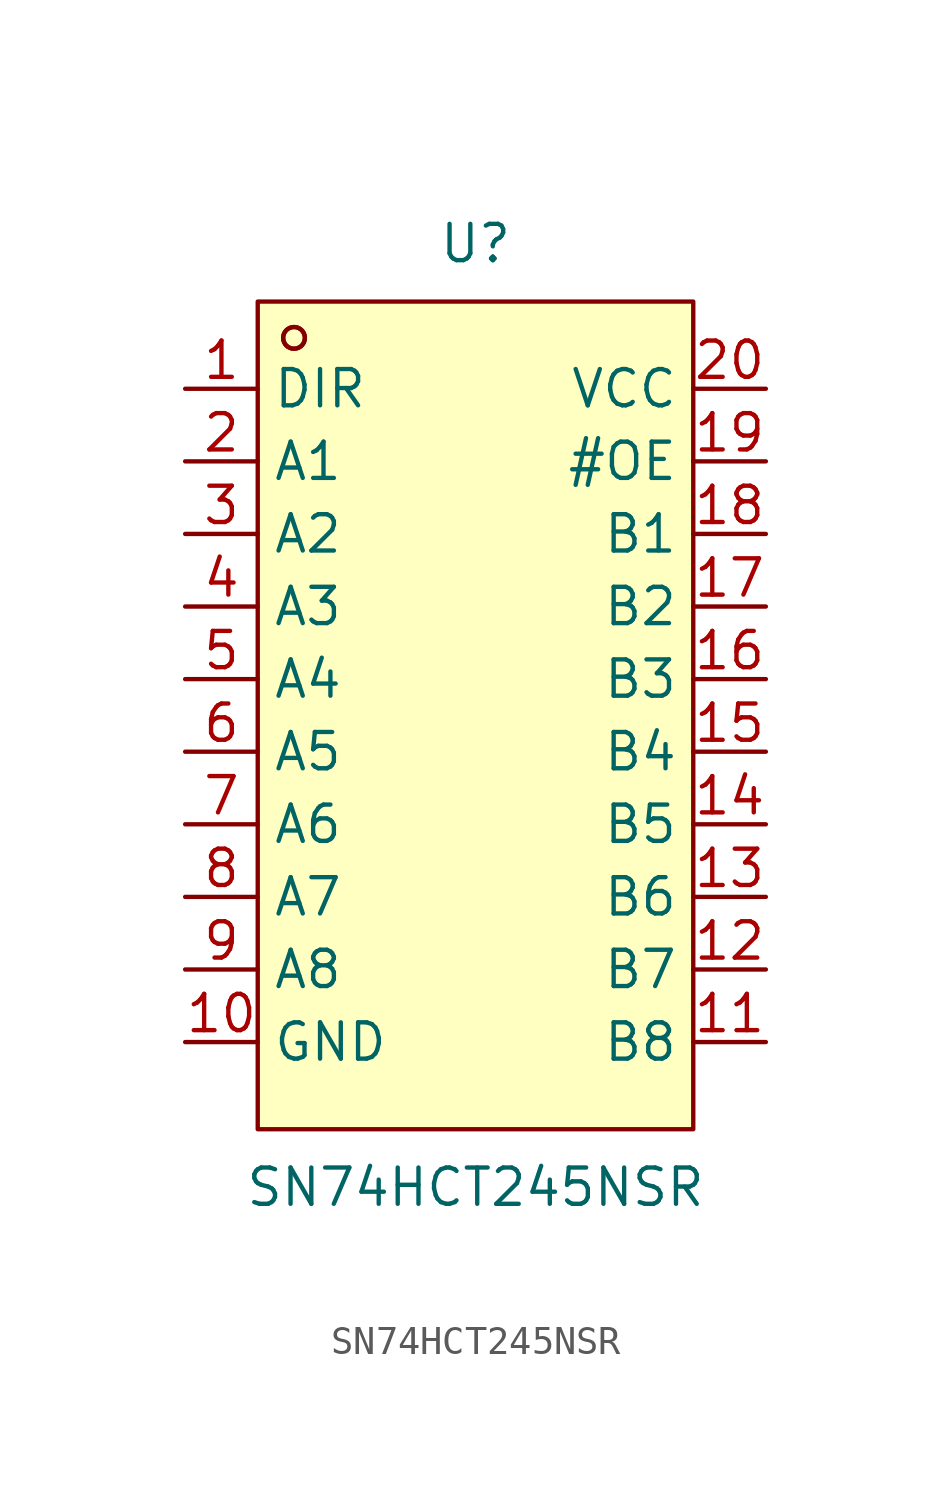
<source format=kicad_sym>
(kicad_symbol_lib
  (version 20220914)
  (generator kicad_symbol_editor)
  (symbol "SN74HCT245NSR"
    (property "Reference" "U"
      (at 0 16.51 0)
      (effects (font (size 1.27 1.27))))
    (property "Value" "SN74HCT245NSR"
      (at 0 -16.51 0)
      (effects (font (size 1.27 1.27))))
    (symbol "SN74HCT245NSR_0_1"
      (rectangle (start -7.62 14.48) (end 7.62 -14.48) (stroke (width 0) (type default)) (fill (type background)))
      (circle (center -6.35 13.21) (radius 0.38) (stroke (width 0) (type default)) (fill (type none)))
      (circle (center -6.35 13.21) (radius 0.38) (stroke (width 0) (type default)) (fill (type none)))
      (pin input line (at -10.16 11.43 0) (length 2.54) (name "DIR" (effects (font (size 1.27 1.27)))) (number "1" (effects (font (size 1.27 1.27)))))
      (pin power_in line (at -10.16 -11.43 0) (length 2.54) (name "GND" (effects (font (size 1.27 1.27)))) (number "10" (effects (font (size 1.27 1.27)))))
      (pin bidirectional line (at 10.16 -11.43 180) (length 2.54) (name "B8" (effects (font (size 1.27 1.27)))) (number "11" (effects (font (size 1.27 1.27)))))
      (pin bidirectional line (at 10.16 -8.89 180) (length 2.54) (name "B7" (effects (font (size 1.27 1.27)))) (number "12" (effects (font (size 1.27 1.27)))))
      (pin bidirectional line (at 10.16 -6.35 180) (length 2.54) (name "B6" (effects (font (size 1.27 1.27)))) (number "13" (effects (font (size 1.27 1.27)))))
      (pin bidirectional line (at 10.16 -3.81 180) (length 2.54) (name "B5" (effects (font (size 1.27 1.27)))) (number "14" (effects (font (size 1.27 1.27)))))
      (pin bidirectional line (at 10.16 -1.27 180) (length 2.54) (name "B4" (effects (font (size 1.27 1.27)))) (number "15" (effects (font (size 1.27 1.27)))))
      (pin bidirectional line (at 10.16 1.27 180) (length 2.54) (name "B3" (effects (font (size 1.27 1.27)))) (number "16" (effects (font (size 1.27 1.27)))))
      (pin bidirectional line (at 10.16 3.81 180) (length 2.54) (name "B2" (effects (font (size 1.27 1.27)))) (number "17" (effects (font (size 1.27 1.27)))))
      (pin bidirectional line (at 10.16 6.35 180) (length 2.54) (name "B1" (effects (font (size 1.27 1.27)))) (number "18" (effects (font (size 1.27 1.27)))))
      (pin input line (at 10.16 8.89 180) (length 2.54) (name "#OE" (effects (font (size 1.27 1.27)))) (number "19" (effects (font (size 1.27 1.27)))))
      (pin bidirectional line (at -10.16 8.89 0) (length 2.54) (name "A1" (effects (font (size 1.27 1.27)))) (number "2" (effects (font (size 1.27 1.27)))))
      (pin power_in line (at 10.16 11.43 180) (length 2.54) (name "VCC" (effects (font (size 1.27 1.27)))) (number "20" (effects (font (size 1.27 1.27)))))
      (pin bidirectional line (at -10.16 6.35 0) (length 2.54) (name "A2" (effects (font (size 1.27 1.27)))) (number "3" (effects (font (size 1.27 1.27)))))
      (pin bidirectional line (at -10.16 3.81 0) (length 2.54) (name "A3" (effects (font (size 1.27 1.27)))) (number "4" (effects (font (size 1.27 1.27)))))
      (pin bidirectional line (at -10.16 1.27 0) (length 2.54) (name "A4" (effects (font (size 1.27 1.27)))) (number "5" (effects (font (size 1.27 1.27)))))
      (pin bidirectional line (at -10.16 -1.27 0) (length 2.54) (name "A5" (effects (font (size 1.27 1.27)))) (number "6" (effects (font (size 1.27 1.27)))))
      (pin bidirectional line (at -10.16 -3.81 0) (length 2.54) (name "A6" (effects (font (size 1.27 1.27)))) (number "7" (effects (font (size 1.27 1.27)))))
      (pin bidirectional line (at -10.16 -6.35 0) (length 2.54) (name "A7" (effects (font (size 1.27 1.27)))) (number "8" (effects (font (size 1.27 1.27)))))
      (pin bidirectional line (at -10.16 -8.89 0) (length 2.54) (name "A8" (effects (font (size 1.27 1.27)))) (number "9" (effects (font (size 1.27 1.27))))))))
</source>
